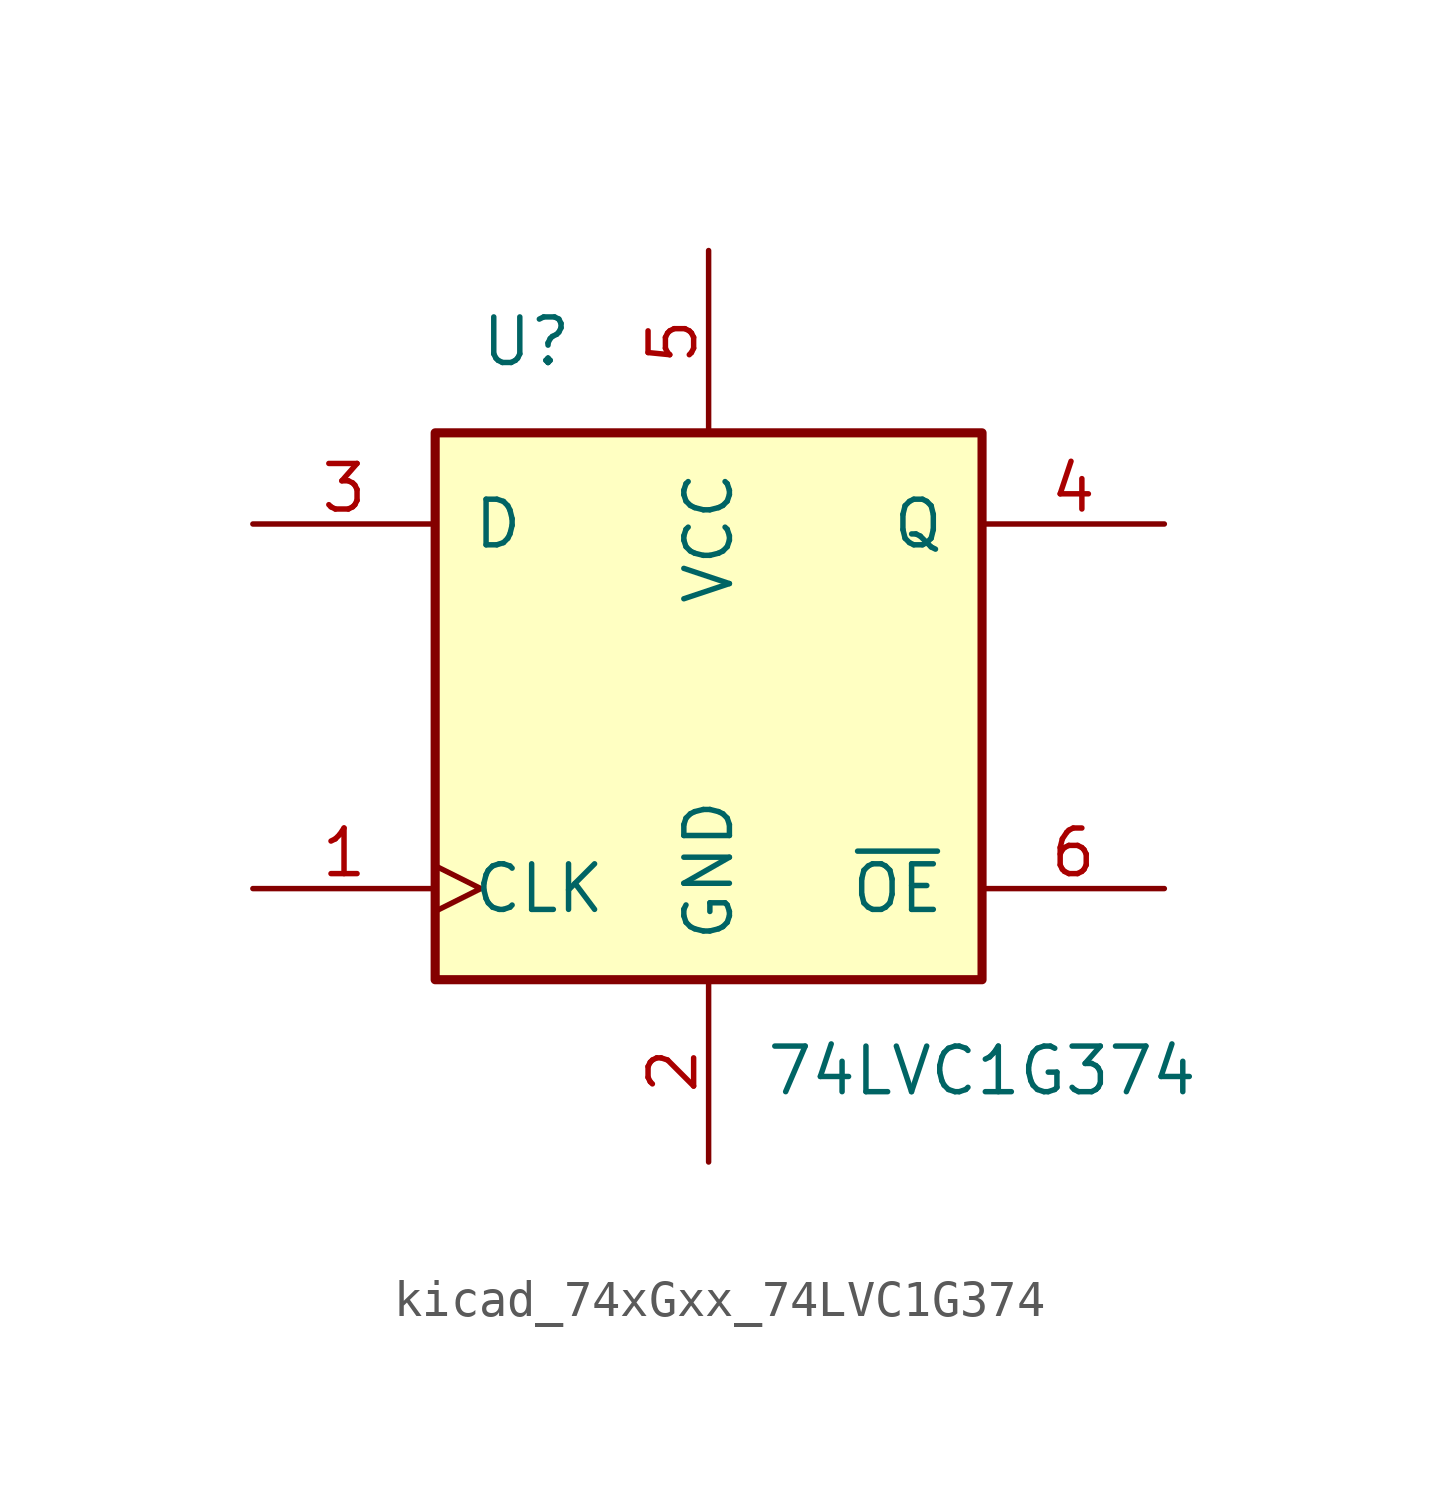
<source format=kicad_sym>
(kicad_symbol_lib
  (version 20220914)
  (generator kicad_symbol_editor)
  (symbol "kicad_74xGxx_74LVC1G374"
    (pin_names
      (offset 1.016))
    (property "Reference" "U"
      (at -5.08 10.16 0)
      (effects (font (size 1.27 1.27))))
    (property "Value" "74LVC1G374"
      (at 7.62 -10.16 0)
      (effects (font (size 1.27 1.27))))
    (symbol "kicad_74xGxx_74LVC1G374_0_1"
      (rectangle (start -7.62 7.62) (end 7.62 -7.62) (stroke (width 0.254) (type default)) (fill (type background))))
    (symbol "kicad_74xGxx_74LVC1G374_1_1"
      (pin input clock (at -12.7 -5.08 0) (length 5.08) (name "CLK" (effects (font (size 1.27 1.27)))) (number "1" (effects (font (size 1.27 1.27)))))
      (pin power_in line (at 0 -12.7 90) (length 5.08) (name "GND" (effects (font (size 1.27 1.27)))) (number "2" (effects (font (size 1.27 1.27)))))
      (pin input line (at -12.7 5.08 0) (length 5.08) (name "D" (effects (font (size 1.27 1.27)))) (number "3" (effects (font (size 1.27 1.27)))))
      (pin tri_state line (at 12.7 5.08 180) (length 5.08) (name "Q" (effects (font (size 1.27 1.27)))) (number "4" (effects (font (size 1.27 1.27)))))
      (pin power_in line (at 0 12.7 270) (length 5.08) (name "VCC" (effects (font (size 1.27 1.27)))) (number "5" (effects (font (size 1.27 1.27)))))
      (pin input line (at 12.7 -5.08 180) (length 5.08) (name "~{OE}" (effects (font (size 1.27 1.27)))) (number "6" (effects (font (size 1.27 1.27))))))))
</source>
